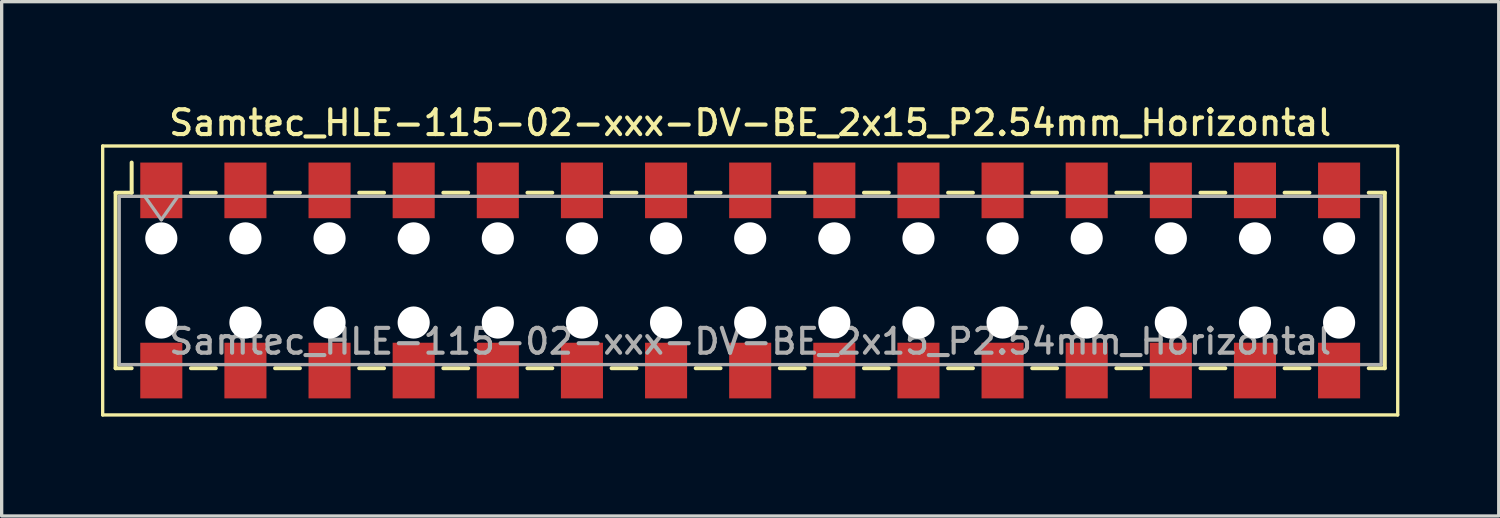
<source format=kicad_pcb>
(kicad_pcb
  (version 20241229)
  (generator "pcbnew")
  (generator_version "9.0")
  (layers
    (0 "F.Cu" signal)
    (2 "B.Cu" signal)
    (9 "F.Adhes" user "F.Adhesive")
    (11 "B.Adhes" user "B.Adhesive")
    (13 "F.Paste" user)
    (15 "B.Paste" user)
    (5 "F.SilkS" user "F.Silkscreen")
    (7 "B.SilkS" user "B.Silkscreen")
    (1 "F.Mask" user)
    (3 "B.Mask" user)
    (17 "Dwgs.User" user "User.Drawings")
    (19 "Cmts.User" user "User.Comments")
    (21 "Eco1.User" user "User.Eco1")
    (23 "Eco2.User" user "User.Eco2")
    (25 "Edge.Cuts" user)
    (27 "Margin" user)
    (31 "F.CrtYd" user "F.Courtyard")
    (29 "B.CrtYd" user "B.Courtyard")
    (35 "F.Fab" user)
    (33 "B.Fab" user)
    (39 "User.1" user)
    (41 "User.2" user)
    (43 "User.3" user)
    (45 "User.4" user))
  (footprint "Samtec_HLE-115-02-xxx-DV-BE_2x15_P2.54mm_Horizontal"
    (layer "F.Cu")
    (at 19.6 5.418)
    (property "Reference" "Samtec_HLE-115-02-xxx-DV-BE_2x15_P2.54mm_Horizontal" (at 0 -4.76 0) (layer "F.SilkS") (effects (font (size 0.75 0.75) (thickness 0.125))))
    (attr smd)
    (fp_line (start -19.55 -4.06) (end 19.55 -4.06) (stroke (width 0.1) (type solid)) (layer "F.SilkS"))
    (fp_line (start -19.55 4.06) (end -19.55 -4.06) (stroke (width 0.1) (type solid)) (layer "F.SilkS"))
    (fp_line (start -19.16 -2.65) (end -19.16 2.65) (stroke (width 0.12) (type solid)) (layer "F.SilkS"))
    (fp_line (start -19.16 2.65) (end -18.675 2.65) (stroke (width 0.12) (type solid)) (layer "F.SilkS"))
    (fp_line (start -18.675 -3.56) (end -18.675 -2.65) (stroke (width 0.12) (type solid)) (layer "F.SilkS"))
    (fp_line (start -18.675 -2.65) (end -19.16 -2.65) (stroke (width 0.12) (type solid)) (layer "F.SilkS"))
    (fp_line (start -16.885 -2.65) (end -16.135 -2.65) (stroke (width 0.12) (type solid)) (layer "F.SilkS"))
    (fp_line (start -16.885 2.65) (end -16.135 2.65) (stroke (width 0.12) (type solid)) (layer "F.SilkS"))
    (fp_line (start -14.345 -2.65) (end -13.595 -2.65) (stroke (width 0.12) (type solid)) (layer "F.SilkS"))
    (fp_line (start -14.345 2.65) (end -13.595 2.65) (stroke (width 0.12) (type solid)) (layer "F.SilkS"))
    (fp_line (start -11.805 -2.65) (end -11.055 -2.65) (stroke (width 0.12) (type solid)) (layer "F.SilkS"))
    (fp_line (start -11.805 2.65) (end -11.055 2.65) (stroke (width 0.12) (type solid)) (layer "F.SilkS"))
    (fp_line (start -9.265 -2.65) (end -8.515 -2.65) (stroke (width 0.12) (type solid)) (layer "F.SilkS"))
    (fp_line (start -9.265 2.65) (end -8.515 2.65) (stroke (width 0.12) (type solid)) (layer "F.SilkS"))
    (fp_line (start -6.725 -2.65) (end -5.975 -2.65) (stroke (width 0.12) (type solid)) (layer "F.SilkS"))
    (fp_line (start -6.725 2.65) (end -5.975 2.65) (stroke (width 0.12) (type solid)) (layer "F.SilkS"))
    (fp_line (start -4.185 -2.65) (end -3.435 -2.65) (stroke (width 0.12) (type solid)) (layer "F.SilkS"))
    (fp_line (start -4.185 2.65) (end -3.435 2.65) (stroke (width 0.12) (type solid)) (layer "F.SilkS"))
    (fp_line (start -1.645 -2.65) (end -0.895 -2.65) (stroke (width 0.12) (type solid)) (layer "F.SilkS"))
    (fp_line (start -1.645 2.65) (end -0.895 2.65) (stroke (width 0.12) (type solid)) (layer "F.SilkS"))
    (fp_line (start 0.895 -2.65) (end 1.645 -2.65) (stroke (width 0.12) (type solid)) (layer "F.SilkS"))
    (fp_line (start 0.895 2.65) (end 1.645 2.65) (stroke (width 0.12) (type solid)) (layer "F.SilkS"))
    (fp_line (start 3.435 -2.65) (end 4.185 -2.65) (stroke (width 0.12) (type solid)) (layer "F.SilkS"))
    (fp_line (start 3.435 2.65) (end 4.185 2.65) (stroke (width 0.12) (type solid)) (layer "F.SilkS"))
    (fp_line (start 5.975 -2.65) (end 6.725 -2.65) (stroke (width 0.12) (type solid)) (layer "F.SilkS"))
    (fp_line (start 5.975 2.65) (end 6.725 2.65) (stroke (width 0.12) (type solid)) (layer "F.SilkS"))
    (fp_line (start 8.515 -2.65) (end 9.265 -2.65) (stroke (width 0.12) (type solid)) (layer "F.SilkS"))
    (fp_line (start 8.515 2.65) (end 9.265 2.65) (stroke (width 0.12) (type solid)) (layer "F.SilkS"))
    (fp_line (start 11.055 -2.65) (end 11.805 -2.65) (stroke (width 0.12) (type solid)) (layer "F.SilkS"))
    (fp_line (start 11.055 2.65) (end 11.805 2.65) (stroke (width 0.12) (type solid)) (layer "F.SilkS"))
    (fp_line (start 13.595 -2.65) (end 14.345 -2.65) (stroke (width 0.12) (type solid)) (layer "F.SilkS"))
    (fp_line (start 13.595 2.65) (end 14.345 2.65) (stroke (width 0.12) (type solid)) (layer "F.SilkS"))
    (fp_line (start 16.135 -2.65) (end 16.885 -2.65) (stroke (width 0.12) (type solid)) (layer "F.SilkS"))
    (fp_line (start 16.135 2.65) (end 16.885 2.65) (stroke (width 0.12) (type solid)) (layer "F.SilkS"))
    (fp_line (start 18.675 -2.65) (end 19.16 -2.65) (stroke (width 0.12) (type solid)) (layer "F.SilkS"))
    (fp_line (start 19.16 -2.65) (end 19.16 2.65) (stroke (width 0.12) (type solid)) (layer "F.SilkS"))
    (fp_line (start 19.16 2.65) (end 18.675 2.65) (stroke (width 0.12) (type solid)) (layer "F.SilkS"))
    (fp_line (start 19.55 -4.06) (end 19.55 4.06) (stroke (width 0.1) (type solid)) (layer "F.SilkS"))
    (fp_line (start 19.55 4.06) (end -19.55 4.06) (stroke (width 0.1) (type solid)) (layer "F.SilkS"))
    (fp_line (start -19.05 -2.54) (end 19.05 -2.54) (stroke (width 0.1) (type solid)) (layer "F.Fab"))
    (fp_line (start -19.05 2.54) (end -19.05 -2.54) (stroke (width 0.1) (type solid)) (layer "F.Fab"))
    (fp_line (start -18.28 -2.54) (end -17.78 -1.833) (stroke (width 0.1) (type solid)) (layer "F.Fab"))
    (fp_line (start -17.78 -1.833) (end -17.28 -2.54) (stroke (width 0.1) (type solid)) (layer "F.Fab"))
    (fp_line (start 19.05 -2.54) (end 19.05 2.54) (stroke (width 0.1) (type solid)) (layer "F.Fab"))
    (fp_line (start 19.05 2.54) (end -19.05 2.54) (stroke (width 0.1) (type solid)) (layer "F.Fab"))
    (fp_text user "${REFERENCE}" (at 0 1.84 0) (layer "F.Fab") (effects (font (size 0.75 0.75) (thickness 0.125))))
    (pad "" np_thru_hole circle (at -17.78 -1.27) (size 0.97 0.97) (drill 0.97) (layers "*.Cu" "*.Mask"))
    (pad "" np_thru_hole circle (at -17.78 1.27) (size 0.97 0.97) (drill 0.97) (layers "*.Cu" "*.Mask"))
    (pad "" np_thru_hole circle (at -15.24 -1.27) (size 0.97 0.97) (drill 0.97) (layers "*.Cu" "*.Mask"))
    (pad "" np_thru_hole circle (at -15.24 1.27) (size 0.97 0.97) (drill 0.97) (layers "*.Cu" "*.Mask"))
    (pad "" np_thru_hole circle (at -12.7 -1.27) (size 0.97 0.97) (drill 0.97) (layers "*.Cu" "*.Mask"))
    (pad "" np_thru_hole circle (at -12.7 1.27) (size 0.97 0.97) (drill 0.97) (layers "*.Cu" "*.Mask"))
    (pad "" np_thru_hole circle (at -10.16 -1.27) (size 0.97 0.97) (drill 0.97) (layers "*.Cu" "*.Mask"))
    (pad "" np_thru_hole circle (at -10.16 1.27) (size 0.97 0.97) (drill 0.97) (layers "*.Cu" "*.Mask"))
    (pad "" np_thru_hole circle (at -7.62 -1.27) (size 0.97 0.97) (drill 0.97) (layers "*.Cu" "*.Mask"))
    (pad "" np_thru_hole circle (at -7.62 1.27) (size 0.97 0.97) (drill 0.97) (layers "*.Cu" "*.Mask"))
    (pad "" np_thru_hole circle (at -5.08 -1.27) (size 0.97 0.97) (drill 0.97) (layers "*.Cu" "*.Mask"))
    (pad "" np_thru_hole circle (at -5.08 1.27) (size 0.97 0.97) (drill 0.97) (layers "*.Cu" "*.Mask"))
    (pad "" np_thru_hole circle (at -2.54 -1.27) (size 0.97 0.97) (drill 0.97) (layers "*.Cu" "*.Mask"))
    (pad "" np_thru_hole circle (at -2.54 1.27) (size 0.97 0.97) (drill 0.97) (layers "*.Cu" "*.Mask"))
    (pad "" np_thru_hole circle (at 0 -1.27) (size 0.97 0.97) (drill 0.97) (layers "*.Cu" "*.Mask"))
    (pad "" np_thru_hole circle (at 0 1.27) (size 0.97 0.97) (drill 0.97) (layers "*.Cu" "*.Mask"))
    (pad "" np_thru_hole circle (at 2.54 -1.27) (size 0.97 0.97) (drill 0.97) (layers "*.Cu" "*.Mask"))
    (pad "" np_thru_hole circle (at 2.54 1.27) (size 0.97 0.97) (drill 0.97) (layers "*.Cu" "*.Mask"))
    (pad "" np_thru_hole circle (at 5.08 -1.27) (size 0.97 0.97) (drill 0.97) (layers "*.Cu" "*.Mask"))
    (pad "" np_thru_hole circle (at 5.08 1.27) (size 0.97 0.97) (drill 0.97) (layers "*.Cu" "*.Mask"))
    (pad "" np_thru_hole circle (at 7.62 -1.27) (size 0.97 0.97) (drill 0.97) (layers "*.Cu" "*.Mask"))
    (pad "" np_thru_hole circle (at 7.62 1.27) (size 0.97 0.97) (drill 0.97) (layers "*.Cu" "*.Mask"))
    (pad "" np_thru_hole circle (at 10.16 -1.27) (size 0.97 0.97) (drill 0.97) (layers "*.Cu" "*.Mask"))
    (pad "" np_thru_hole circle (at 10.16 1.27) (size 0.97 0.97) (drill 0.97) (layers "*.Cu" "*.Mask"))
    (pad "" np_thru_hole circle (at 12.7 -1.27) (size 0.97 0.97) (drill 0.97) (layers "*.Cu" "*.Mask"))
    (pad "" np_thru_hole circle (at 12.7 1.27) (size 0.97 0.97) (drill 0.97) (layers "*.Cu" "*.Mask"))
    (pad "" np_thru_hole circle (at 15.24 -1.27) (size 0.97 0.97) (drill 0.97) (layers "*.Cu" "*.Mask"))
    (pad "" np_thru_hole circle (at 15.24 1.27) (size 0.97 0.97) (drill 0.97) (layers "*.Cu" "*.Mask"))
    (pad "" np_thru_hole circle (at 17.78 -1.27) (size 0.97 0.97) (drill 0.97) (layers "*.Cu" "*.Mask"))
    (pad "" np_thru_hole circle (at 17.78 1.27) (size 0.97 0.97) (drill 0.97) (layers "*.Cu" "*.Mask"))
    (pad "1" smd rect (at -17.78 -2.72) (size 1.27 1.68) (layers "F.Cu" "F.Mask" "F.Paste"))
    (pad "2" smd rect (at -17.78 2.72) (size 1.27 1.68) (layers "F.Cu" "F.Mask" "F.Paste"))
    (pad "3" smd rect (at -15.24 -2.72) (size 1.27 1.68) (layers "F.Cu" "F.Mask" "F.Paste"))
    (pad "4" smd rect (at -15.24 2.72) (size 1.27 1.68) (layers "F.Cu" "F.Mask" "F.Paste"))
    (pad "5" smd rect (at -12.7 -2.72) (size 1.27 1.68) (layers "F.Cu" "F.Mask" "F.Paste"))
    (pad "6" smd rect (at -12.7 2.72) (size 1.27 1.68) (layers "F.Cu" "F.Mask" "F.Paste"))
    (pad "7" smd rect (at -10.16 -2.72) (size 1.27 1.68) (layers "F.Cu" "F.Mask" "F.Paste"))
    (pad "8" smd rect (at -10.16 2.72) (size 1.27 1.68) (layers "F.Cu" "F.Mask" "F.Paste"))
    (pad "9" smd rect (at -7.62 -2.72) (size 1.27 1.68) (layers "F.Cu" "F.Mask" "F.Paste"))
    (pad "10" smd rect (at -7.62 2.72) (size 1.27 1.68) (layers "F.Cu" "F.Mask" "F.Paste"))
    (pad "11" smd rect (at -5.08 -2.72) (size 1.27 1.68) (layers "F.Cu" "F.Mask" "F.Paste"))
    (pad "12" smd rect (at -5.08 2.72) (size 1.27 1.68) (layers "F.Cu" "F.Mask" "F.Paste"))
    (pad "13" smd rect (at -2.54 -2.72) (size 1.27 1.68) (layers "F.Cu" "F.Mask" "F.Paste"))
    (pad "14" smd rect (at -2.54 2.72) (size 1.27 1.68) (layers "F.Cu" "F.Mask" "F.Paste"))
    (pad "15" smd rect (at 0 -2.72) (size 1.27 1.68) (layers "F.Cu" "F.Mask" "F.Paste"))
    (pad "16" smd rect (at 0 2.72) (size 1.27 1.68) (layers "F.Cu" "F.Mask" "F.Paste"))
    (pad "17" smd rect (at 2.54 -2.72) (size 1.27 1.68) (layers "F.Cu" "F.Mask" "F.Paste"))
    (pad "18" smd rect (at 2.54 2.72) (size 1.27 1.68) (layers "F.Cu" "F.Mask" "F.Paste"))
    (pad "19" smd rect (at 5.08 -2.72) (size 1.27 1.68) (layers "F.Cu" "F.Mask" "F.Paste"))
    (pad "20" smd rect (at 5.08 2.72) (size 1.27 1.68) (layers "F.Cu" "F.Mask" "F.Paste"))
    (pad "21" smd rect (at 7.62 -2.72) (size 1.27 1.68) (layers "F.Cu" "F.Mask" "F.Paste"))
    (pad "22" smd rect (at 7.62 2.72) (size 1.27 1.68) (layers "F.Cu" "F.Mask" "F.Paste"))
    (pad "23" smd rect (at 10.16 -2.72) (size 1.27 1.68) (layers "F.Cu" "F.Mask" "F.Paste"))
    (pad "24" smd rect (at 10.16 2.72) (size 1.27 1.68) (layers "F.Cu" "F.Mask" "F.Paste"))
    (pad "25" smd rect (at 12.7 -2.72) (size 1.27 1.68) (layers "F.Cu" "F.Mask" "F.Paste"))
    (pad "26" smd rect (at 12.7 2.72) (size 1.27 1.68) (layers "F.Cu" "F.Mask" "F.Paste"))
    (pad "27" smd rect (at 15.24 -2.72) (size 1.27 1.68) (layers "F.Cu" "F.Mask" "F.Paste"))
    (pad "28" smd rect (at 15.24 2.72) (size 1.27 1.68) (layers "F.Cu" "F.Mask" "F.Paste"))
    (pad "29" smd rect (at 17.78 -2.72) (size 1.27 1.68) (layers "F.Cu" "F.Mask" "F.Paste"))
    (pad "30" smd rect (at 17.78 2.72) (size 1.27 1.68) (layers "F.Cu" "F.Mask" "F.Paste")))
  (gr_rect
    (start -3 -3)
    (end 42.2 12.528)
    (stroke (width 0.1) (type default))
    (fill no)
    (layer "Edge.Cuts")))
</source>
